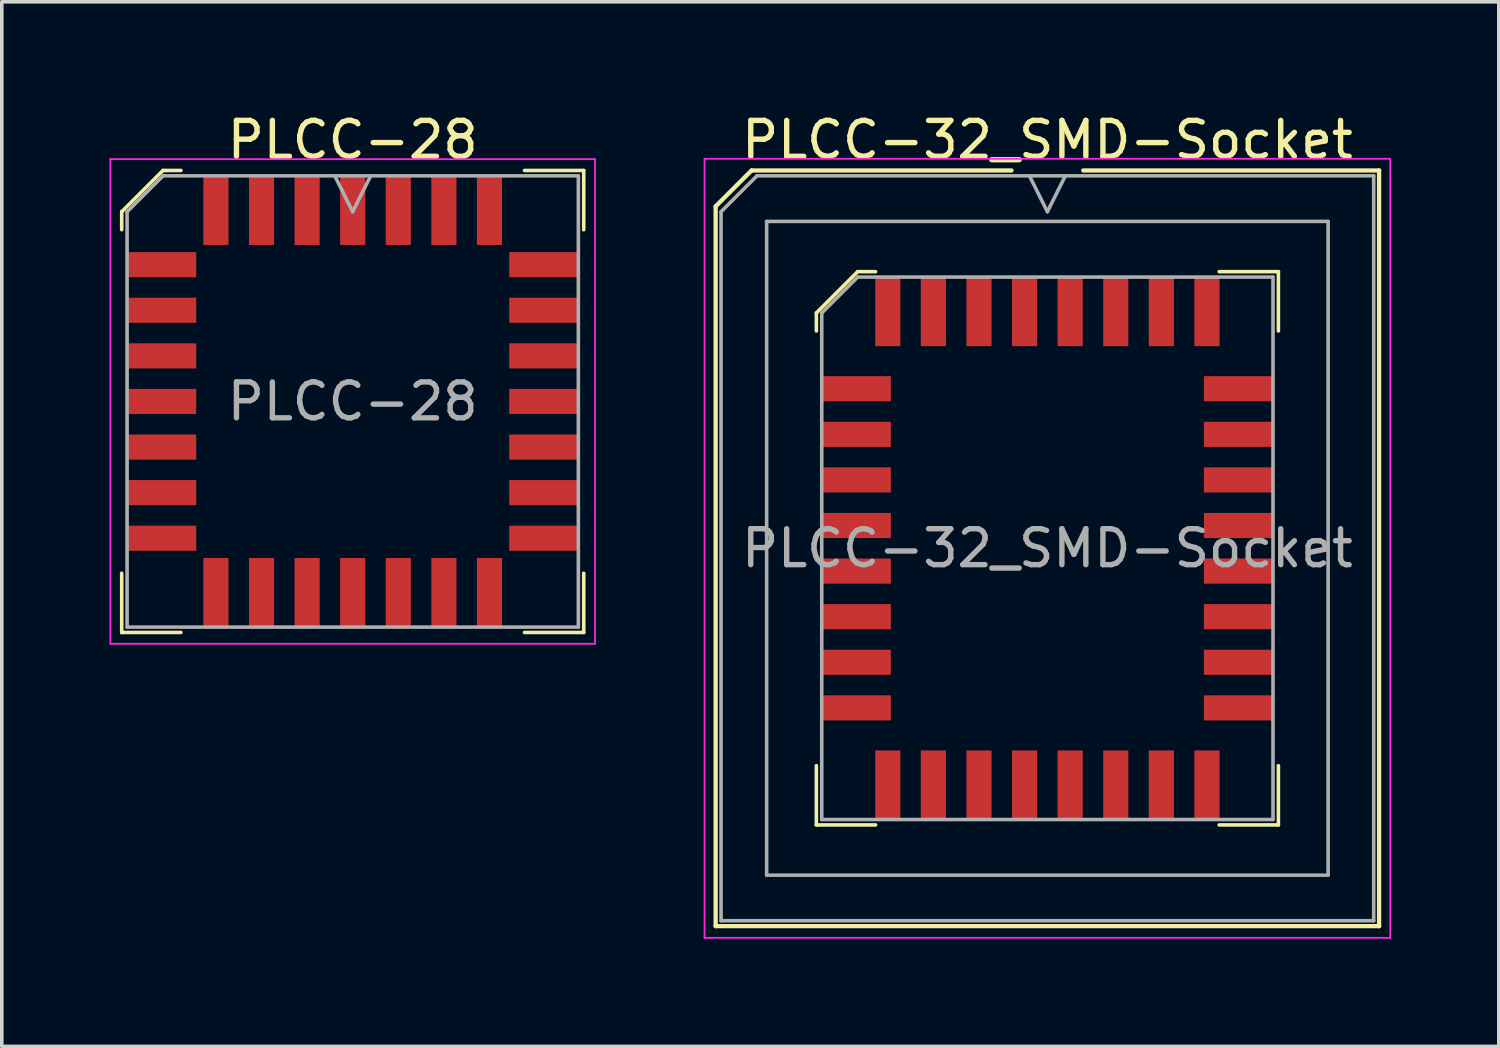
<source format=kicad_pcb>
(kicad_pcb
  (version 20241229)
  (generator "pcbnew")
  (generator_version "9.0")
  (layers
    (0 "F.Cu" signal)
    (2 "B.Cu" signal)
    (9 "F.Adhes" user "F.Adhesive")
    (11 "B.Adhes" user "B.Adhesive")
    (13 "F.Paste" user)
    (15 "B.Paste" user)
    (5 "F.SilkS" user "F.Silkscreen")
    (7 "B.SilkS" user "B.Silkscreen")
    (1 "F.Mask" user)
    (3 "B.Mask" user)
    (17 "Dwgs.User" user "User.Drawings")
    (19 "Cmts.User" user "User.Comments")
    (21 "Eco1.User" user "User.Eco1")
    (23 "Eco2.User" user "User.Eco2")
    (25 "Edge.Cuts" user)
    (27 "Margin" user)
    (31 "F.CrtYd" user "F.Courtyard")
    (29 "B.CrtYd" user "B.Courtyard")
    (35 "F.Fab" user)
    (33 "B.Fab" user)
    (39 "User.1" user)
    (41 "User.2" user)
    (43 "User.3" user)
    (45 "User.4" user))
  (footprint "PLCC-28"
    (layer "F.Cu")
    (at 6.775 8.133)
    (property "Reference" "PLCC-28" (at 0 -7.285 0) (layer "F.SilkS") (effects (font (size 1 1) (thickness 0.15))))
    (attr smd)
    (fp_line (start -6.435 -5.285) (end -6.435 -4.785) (stroke (width 0.1) (type solid)) (layer "F.SilkS"))
    (fp_line (start -6.435 6.435) (end -6.435 4.785) (stroke (width 0.1) (type solid)) (layer "F.SilkS"))
    (fp_line (start -5.285 -6.435) (end -6.435 -5.285) (stroke (width 0.1) (type solid)) (layer "F.SilkS"))
    (fp_line (start -4.785 -6.435) (end -5.285 -6.435) (stroke (width 0.1) (type solid)) (layer "F.SilkS"))
    (fp_line (start -4.785 6.435) (end -6.435 6.435) (stroke (width 0.1) (type solid)) (layer "F.SilkS"))
    (fp_line (start 4.785 -6.435) (end 6.435 -6.435) (stroke (width 0.1) (type solid)) (layer "F.SilkS"))
    (fp_line (start 4.785 6.435) (end 6.435 6.435) (stroke (width 0.1) (type solid)) (layer "F.SilkS"))
    (fp_line (start 6.435 -6.435) (end 6.435 -4.785) (stroke (width 0.1) (type solid)) (layer "F.SilkS"))
    (fp_line (start 6.435 6.435) (end 6.435 4.785) (stroke (width 0.1) (type solid)) (layer "F.SilkS"))
    (fp_line (start -6.75 -6.75) (end -6.75 6.75) (stroke (width 0.05) (type solid)) (layer "F.CrtYd"))
    (fp_line (start -6.75 6.75) (end 6.75 6.75) (stroke (width 0.05) (type solid)) (layer "F.CrtYd"))
    (fp_line (start 6.75 -6.75) (end -6.75 -6.75) (stroke (width 0.05) (type solid)) (layer "F.CrtYd"))
    (fp_line (start 6.75 6.75) (end 6.75 -6.75) (stroke (width 0.05) (type solid)) (layer "F.CrtYd"))
    (fp_line (start -6.285 -5.285) (end -6.285 6.285) (stroke (width 0.1) (type solid)) (layer "F.Fab"))
    (fp_line (start -6.285 6.285) (end 6.285 6.285) (stroke (width 0.1) (type solid)) (layer "F.Fab"))
    (fp_line (start -5.285 -6.285) (end -6.285 -5.285) (stroke (width 0.1) (type solid)) (layer "F.Fab"))
    (fp_line (start -0.5 -6.285) (end 0 -5.285) (stroke (width 0.1) (type solid)) (layer "F.Fab"))
    (fp_line (start 0 -5.285) (end 0.5 -6.285) (stroke (width 0.1) (type solid)) (layer "F.Fab"))
    (fp_line (start 6.285 -6.285) (end -5.285 -6.285) (stroke (width 0.1) (type solid)) (layer "F.Fab"))
    (fp_line (start 6.285 6.285) (end 6.285 -6.285) (stroke (width 0.1) (type solid)) (layer "F.Fab"))
    (fp_text user "${REFERENCE}" (at 0 0 0) (layer "F.Fab") (effects (font (size 1 1) (thickness 0.15))))
    (pad "1" smd rect (at 0 -5.322) (size 0.7 1.925) (layers "F.Cu" "F.Mask" "F.Paste"))
    (pad "2" smd rect (at -1.27 -5.322) (size 0.7 1.925) (layers "F.Cu" "F.Mask" "F.Paste"))
    (pad "3" smd rect (at -2.54 -5.322) (size 0.7 1.925) (layers "F.Cu" "F.Mask" "F.Paste"))
    (pad "4" smd rect (at -3.81 -5.322) (size 0.7 1.925) (layers "F.Cu" "F.Mask" "F.Paste"))
    (pad "5" smd rect (at -5.322 -3.81) (size 1.925 0.7) (layers "F.Cu" "F.Mask" "F.Paste"))
    (pad "6" smd rect (at -5.322 -2.54) (size 1.925 0.7) (layers "F.Cu" "F.Mask" "F.Paste"))
    (pad "7" smd rect (at -5.322 -1.27) (size 1.925 0.7) (layers "F.Cu" "F.Mask" "F.Paste"))
    (pad "8" smd rect (at -5.322 0) (size 1.925 0.7) (layers "F.Cu" "F.Mask" "F.Paste"))
    (pad "9" smd rect (at -5.322 1.27) (size 1.925 0.7) (layers "F.Cu" "F.Mask" "F.Paste"))
    (pad "10" smd rect (at -5.322 2.54) (size 1.925 0.7) (layers "F.Cu" "F.Mask" "F.Paste"))
    (pad "11" smd rect (at -5.322 3.81) (size 1.925 0.7) (layers "F.Cu" "F.Mask" "F.Paste"))
    (pad "12" smd rect (at -3.81 5.322) (size 0.7 1.925) (layers "F.Cu" "F.Mask" "F.Paste"))
    (pad "13" smd rect (at -2.54 5.322) (size 0.7 1.925) (layers "F.Cu" "F.Mask" "F.Paste"))
    (pad "14" smd rect (at -1.27 5.322) (size 0.7 1.925) (layers "F.Cu" "F.Mask" "F.Paste"))
    (pad "15" smd rect (at 0 5.322) (size 0.7 1.925) (layers "F.Cu" "F.Mask" "F.Paste"))
    (pad "16" smd rect (at 1.27 5.322) (size 0.7 1.925) (layers "F.Cu" "F.Mask" "F.Paste"))
    (pad "17" smd rect (at 2.54 5.322) (size 0.7 1.925) (layers "F.Cu" "F.Mask" "F.Paste"))
    (pad "18" smd rect (at 3.81 5.322) (size 0.7 1.925) (layers "F.Cu" "F.Mask" "F.Paste"))
    (pad "19" smd rect (at 5.322 3.81) (size 1.925 0.7) (layers "F.Cu" "F.Mask" "F.Paste"))
    (pad "20" smd rect (at 5.322 2.54) (size 1.925 0.7) (layers "F.Cu" "F.Mask" "F.Paste"))
    (pad "21" smd rect (at 5.322 1.27) (size 1.925 0.7) (layers "F.Cu" "F.Mask" "F.Paste"))
    (pad "22" smd rect (at 5.322 0) (size 1.925 0.7) (layers "F.Cu" "F.Mask" "F.Paste"))
    (pad "23" smd rect (at 5.322 -1.27) (size 1.925 0.7) (layers "F.Cu" "F.Mask" "F.Paste"))
    (pad "24" smd rect (at 5.322 -2.54) (size 1.925 0.7) (layers "F.Cu" "F.Mask" "F.Paste"))
    (pad "25" smd rect (at 5.322 -3.81) (size 1.925 0.7) (layers "F.Cu" "F.Mask" "F.Paste"))
    (pad "26" smd rect (at 3.81 -5.322) (size 0.7 1.925) (layers "F.Cu" "F.Mask" "F.Paste"))
    (pad "27" smd rect (at 2.54 -5.322) (size 0.7 1.925) (layers "F.Cu" "F.Mask" "F.Paste"))
    (pad "28" smd rect (at 1.27 -5.322) (size 0.7 1.925) (layers "F.Cu" "F.Mask" "F.Paste")))
  (footprint "PLCC-32_SMD-Socket"
    (layer "F.Cu")
    (at 26.125 12.223)
    (property "Reference" "PLCC-32_SMD-Socket" (at 0 -11.375 0) (layer "F.SilkS") (effects (font (size 1 1) (thickness 0.15))))
    (attr smd)
    (fp_line (start -9.24 -9.525) (end -9.24 10.525) (stroke (width 0.12) (type solid)) (layer "F.SilkS"))
    (fp_line (start -9.24 10.525) (end 9.24 10.525) (stroke (width 0.12) (type solid)) (layer "F.SilkS"))
    (fp_line (start -8.24 -10.525) (end -9.24 -9.525) (stroke (width 0.12) (type solid)) (layer "F.SilkS"))
    (fp_line (start -6.435 -6.555) (end -6.435 -6.055) (stroke (width 0.1) (type solid)) (layer "F.SilkS"))
    (fp_line (start -6.435 7.705) (end -6.435 6.055) (stroke (width 0.1) (type solid)) (layer "F.SilkS"))
    (fp_line (start -5.285 -7.705) (end -6.435 -6.555) (stroke (width 0.1) (type solid)) (layer "F.SilkS"))
    (fp_line (start -4.785 -7.705) (end -5.285 -7.705) (stroke (width 0.1) (type solid)) (layer "F.SilkS"))
    (fp_line (start -4.785 7.705) (end -6.435 7.705) (stroke (width 0.1) (type solid)) (layer "F.SilkS"))
    (fp_line (start -1 -10.525) (end -8.24 -10.525) (stroke (width 0.12) (type solid)) (layer "F.SilkS"))
    (fp_line (start 4.785 -7.705) (end 6.435 -7.705) (stroke (width 0.1) (type solid)) (layer "F.SilkS"))
    (fp_line (start 4.785 7.705) (end 6.435 7.705) (stroke (width 0.1) (type solid)) (layer "F.SilkS"))
    (fp_line (start 6.435 -7.705) (end 6.435 -6.055) (stroke (width 0.1) (type solid)) (layer "F.SilkS"))
    (fp_line (start 6.435 7.705) (end 6.435 6.055) (stroke (width 0.1) (type solid)) (layer "F.SilkS"))
    (fp_line (start 9.24 -10.525) (end 1 -10.525) (stroke (width 0.12) (type solid)) (layer "F.SilkS"))
    (fp_line (start 9.24 10.525) (end 9.24 -10.525) (stroke (width 0.12) (type solid)) (layer "F.SilkS"))
    (fp_line (start -9.55 -10.85) (end -9.55 10.85) (stroke (width 0.05) (type solid)) (layer "F.CrtYd"))
    (fp_line (start -9.55 10.85) (end 9.55 10.85) (stroke (width 0.05) (type solid)) (layer "F.CrtYd"))
    (fp_line (start 9.55 -10.85) (end -9.55 -10.85) (stroke (width 0.05) (type solid)) (layer "F.CrtYd"))
    (fp_line (start 9.55 10.85) (end 9.55 -10.85) (stroke (width 0.05) (type solid)) (layer "F.CrtYd"))
    (fp_line (start -9.09 -9.375) (end -9.09 10.375) (stroke (width 0.1) (type solid)) (layer "F.Fab"))
    (fp_line (start -9.09 10.375) (end 9.09 10.375) (stroke (width 0.1) (type solid)) (layer "F.Fab"))
    (fp_line (start -8.09 -10.375) (end -9.09 -9.375) (stroke (width 0.1) (type solid)) (layer "F.Fab"))
    (fp_line (start -7.82 -9.105) (end -7.82 9.105) (stroke (width 0.1) (type solid)) (layer "F.Fab"))
    (fp_line (start -7.82 9.105) (end 7.82 9.105) (stroke (width 0.1) (type solid)) (layer "F.Fab"))
    (fp_line (start -6.285 -6.555) (end -6.285 7.555) (stroke (width 0.1) (type solid)) (layer "F.Fab"))
    (fp_line (start -6.285 7.555) (end 6.285 7.555) (stroke (width 0.1) (type solid)) (layer "F.Fab"))
    (fp_line (start -5.285 -7.555) (end -6.285 -6.555) (stroke (width 0.1) (type solid)) (layer "F.Fab"))
    (fp_line (start -0.5 -10.375) (end 0 -9.375) (stroke (width 0.1) (type solid)) (layer "F.Fab"))
    (fp_line (start 0 -9.375) (end 0.5 -10.375) (stroke (width 0.1) (type solid)) (layer "F.Fab"))
    (fp_line (start 6.285 -7.555) (end -5.285 -7.555) (stroke (width 0.1) (type solid)) (layer "F.Fab"))
    (fp_line (start 6.285 7.555) (end 6.285 -7.555) (stroke (width 0.1) (type solid)) (layer "F.Fab"))
    (fp_line (start 7.82 -9.105) (end -7.82 -9.105) (stroke (width 0.1) (type solid)) (layer "F.Fab"))
    (fp_line (start 7.82 9.105) (end 7.82 -9.105) (stroke (width 0.1) (type solid)) (layer "F.Fab"))
    (fp_line (start 9.09 -10.375) (end -8.09 -10.375) (stroke (width 0.1) (type solid)) (layer "F.Fab"))
    (fp_line (start 9.09 10.375) (end 9.09 -10.375) (stroke (width 0.1) (type solid)) (layer "F.Fab"))
    (fp_text user "${REFERENCE}" (at 0 0 0) (layer "F.Fab") (effects (font (size 1 1) (thickness 0.15))))
    (pad "1" smd rect (at -0.635 -6.593) (size 0.7 1.925) (layers "F.Cu" "F.Mask" "F.Paste"))
    (pad "2" smd rect (at -1.905 -6.593) (size 0.7 1.925) (layers "F.Cu" "F.Mask" "F.Paste"))
    (pad "3" smd rect (at -3.175 -6.593) (size 0.7 1.925) (layers "F.Cu" "F.Mask" "F.Paste"))
    (pad "4" smd rect (at -4.445 -6.593) (size 0.7 1.925) (layers "F.Cu" "F.Mask" "F.Paste"))
    (pad "5" smd rect (at -5.322 -4.445) (size 1.925 0.7) (layers "F.Cu" "F.Mask" "F.Paste"))
    (pad "6" smd rect (at -5.322 -3.175) (size 1.925 0.7) (layers "F.Cu" "F.Mask" "F.Paste"))
    (pad "7" smd rect (at -5.322 -1.905) (size 1.925 0.7) (layers "F.Cu" "F.Mask" "F.Paste"))
    (pad "8" smd rect (at -5.322 -0.635) (size 1.925 0.7) (layers "F.Cu" "F.Mask" "F.Paste"))
    (pad "9" smd rect (at -5.322 0.635) (size 1.925 0.7) (layers "F.Cu" "F.Mask" "F.Paste"))
    (pad "10" smd rect (at -5.322 1.905) (size 1.925 0.7) (layers "F.Cu" "F.Mask" "F.Paste"))
    (pad "11" smd rect (at -5.322 3.175) (size 1.925 0.7) (layers "F.Cu" "F.Mask" "F.Paste"))
    (pad "12" smd rect (at -5.322 4.445) (size 1.925 0.7) (layers "F.Cu" "F.Mask" "F.Paste"))
    (pad "13" smd rect (at -4.445 6.593) (size 0.7 1.925) (layers "F.Cu" "F.Mask" "F.Paste"))
    (pad "14" smd rect (at -3.175 6.593) (size 0.7 1.925) (layers "F.Cu" "F.Mask" "F.Paste"))
    (pad "15" smd rect (at -1.905 6.593) (size 0.7 1.925) (layers "F.Cu" "F.Mask" "F.Paste"))
    (pad "16" smd rect (at -0.635 6.593) (size 0.7 1.925) (layers "F.Cu" "F.Mask" "F.Paste"))
    (pad "17" smd rect (at 0.635 6.593) (size 0.7 1.925) (layers "F.Cu" "F.Mask" "F.Paste"))
    (pad "18" smd rect (at 1.905 6.593) (size 0.7 1.925) (layers "F.Cu" "F.Mask" "F.Paste"))
    (pad "19" smd rect (at 3.175 6.593) (size 0.7 1.925) (layers "F.Cu" "F.Mask" "F.Paste"))
    (pad "20" smd rect (at 4.445 6.593) (size 0.7 1.925) (layers "F.Cu" "F.Mask" "F.Paste"))
    (pad "21" smd rect (at 5.322 4.445) (size 1.925 0.7) (layers "F.Cu" "F.Mask" "F.Paste"))
    (pad "22" smd rect (at 5.322 3.175) (size 1.925 0.7) (layers "F.Cu" "F.Mask" "F.Paste"))
    (pad "23" smd rect (at 5.322 1.905) (size 1.925 0.7) (layers "F.Cu" "F.Mask" "F.Paste"))
    (pad "24" smd rect (at 5.322 0.635) (size 1.925 0.7) (layers "F.Cu" "F.Mask" "F.Paste"))
    (pad "25" smd rect (at 5.322 -0.635) (size 1.925 0.7) (layers "F.Cu" "F.Mask" "F.Paste"))
    (pad "26" smd rect (at 5.322 -1.905) (size 1.925 0.7) (layers "F.Cu" "F.Mask" "F.Paste"))
    (pad "27" smd rect (at 5.322 -3.175) (size 1.925 0.7) (layers "F.Cu" "F.Mask" "F.Paste"))
    (pad "28" smd rect (at 5.322 -4.445) (size 1.925 0.7) (layers "F.Cu" "F.Mask" "F.Paste"))
    (pad "29" smd rect (at 4.445 -6.593) (size 0.7 1.925) (layers "F.Cu" "F.Mask" "F.Paste"))
    (pad "30" smd rect (at 3.175 -6.593) (size 0.7 1.925) (layers "F.Cu" "F.Mask" "F.Paste"))
    (pad "31" smd rect (at 1.905 -6.593) (size 0.7 1.925) (layers "F.Cu" "F.Mask" "F.Paste"))
    (pad "32" smd rect (at 0.635 -6.593) (size 0.7 1.925) (layers "F.Cu" "F.Mask" "F.Paste")))
  (gr_rect
    (start -3 -3)
    (end 38.7 26.098)
    (stroke (width 0.1) (type default))
    (fill no)
    (layer "Edge.Cuts")))
</source>
